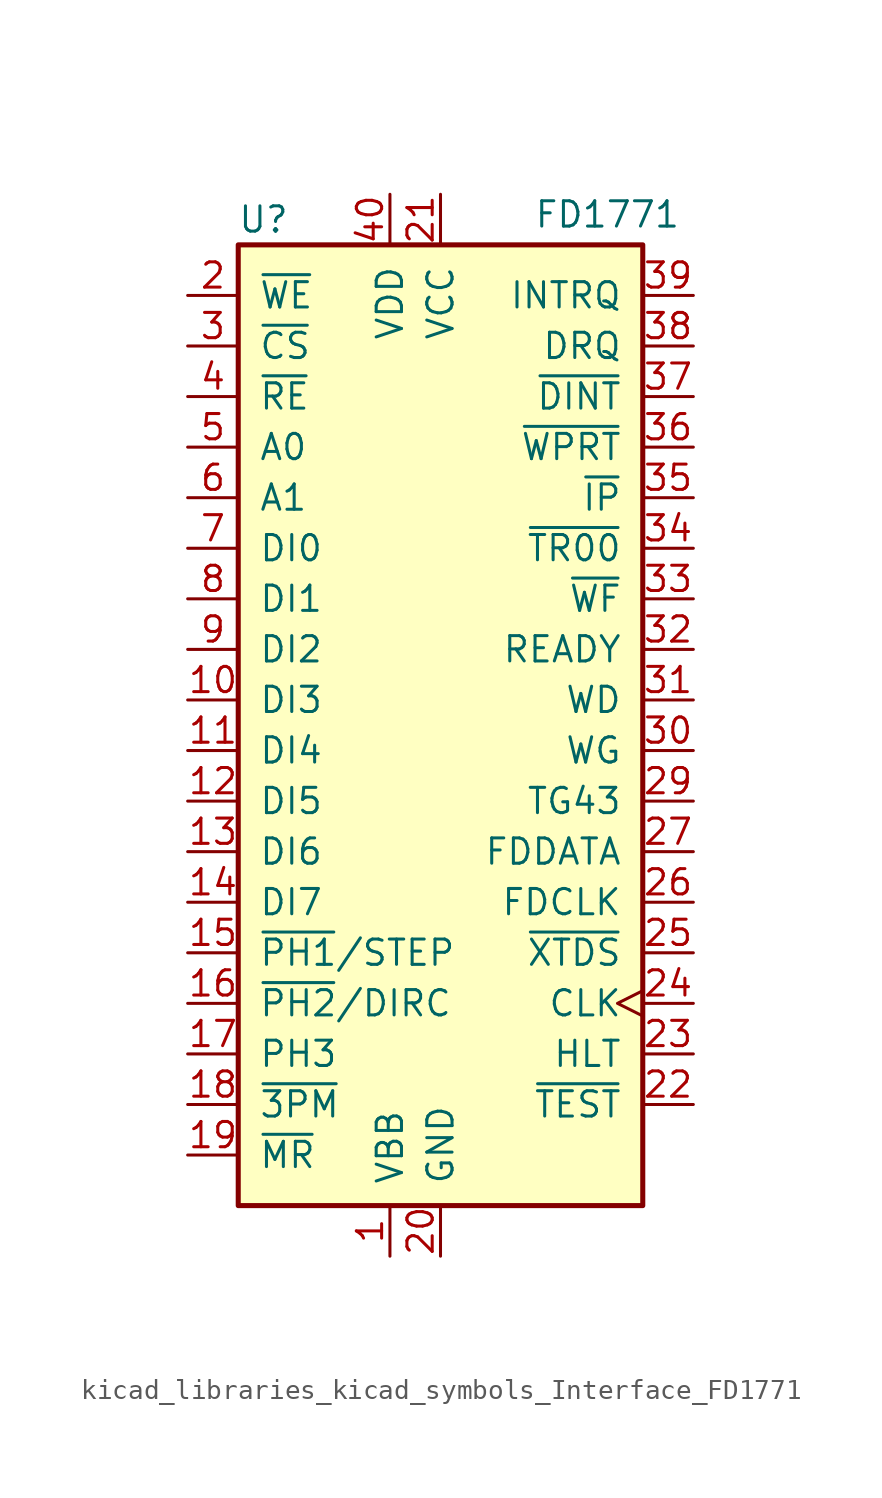
<source format=kicad_sym>
(kicad_symbol_lib
  (version 20220914)
  (generator kicad_symbol_editor)
  (symbol "kicad_libraries_kicad_symbols_Interface_FD1771"
    (pin_names
      (offset 1.016))
    (property "Reference" "U"
      (at -8.89 24.13 0)
      (effects (font (size 1.27 1.27))))
    (property "Value" "FD1771"
      (at 8.382 24.384 0)
      (effects (font (size 1.27 1.27))))
    (symbol "kicad_libraries_kicad_symbols_Interface_FD1771_0_1"
      (rectangle (start -10.16 22.86) (end 10.16 -25.4) (stroke (width 0.254) (type default)) (fill (type background))))
    (symbol "kicad_libraries_kicad_symbols_Interface_FD1771_1_1"
      (pin power_in line (at -2.54 -27.94 90) (length 2.54) (name "VBB" (effects (font (size 1.27 1.27)))) (number "1" (effects (font (size 1.27 1.27)))))
      (pin tri_state line (at -12.7 0 0) (length 2.54) (name "DI3" (effects (font (size 1.27 1.27)))) (number "10" (effects (font (size 1.27 1.27)))))
      (pin tri_state line (at -12.7 -2.54 0) (length 2.54) (name "DI4" (effects (font (size 1.27 1.27)))) (number "11" (effects (font (size 1.27 1.27)))))
      (pin tri_state line (at -12.7 -5.08 0) (length 2.54) (name "DI5" (effects (font (size 1.27 1.27)))) (number "12" (effects (font (size 1.27 1.27)))))
      (pin tri_state line (at -12.7 -7.62 0) (length 2.54) (name "DI6" (effects (font (size 1.27 1.27)))) (number "13" (effects (font (size 1.27 1.27)))))
      (pin tri_state line (at -12.7 -10.16 0) (length 2.54) (name "DI7" (effects (font (size 1.27 1.27)))) (number "14" (effects (font (size 1.27 1.27)))))
      (pin output line (at -12.7 -12.7 0) (length 2.54) (name "~{PH1}/STEP" (effects (font (size 1.27 1.27)))) (number "15" (effects (font (size 1.27 1.27)))))
      (pin output line (at -12.7 -15.24 0) (length 2.54) (name "~{PH2}/DIRC" (effects (font (size 1.27 1.27)))) (number "16" (effects (font (size 1.27 1.27)))))
      (pin output line (at -12.7 -17.78 0) (length 2.54) (name "PH3" (effects (font (size 1.27 1.27)))) (number "17" (effects (font (size 1.27 1.27)))))
      (pin input line (at -12.7 -20.32 0) (length 2.54) (name "~{3PM}" (effects (font (size 1.27 1.27)))) (number "18" (effects (font (size 1.27 1.27)))))
      (pin input line (at -12.7 -22.86 0) (length 2.54) (name "~{MR}" (effects (font (size 1.27 1.27)))) (number "19" (effects (font (size 1.27 1.27)))))
      (pin input line (at -12.7 20.32 0) (length 2.54) (name "~{WE}" (effects (font (size 1.27 1.27)))) (number "2" (effects (font (size 1.27 1.27)))))
      (pin power_in line (at 0 -27.94 90) (length 2.54) (name "GND" (effects (font (size 1.27 1.27)))) (number "20" (effects (font (size 1.27 1.27)))))
      (pin power_in line (at 0 25.4 270) (length 2.54) (name "VCC" (effects (font (size 1.27 1.27)))) (number "21" (effects (font (size 1.27 1.27)))))
      (pin input line (at 12.7 -20.32 180) (length 2.54) (name "~{TEST}" (effects (font (size 1.27 1.27)))) (number "22" (effects (font (size 1.27 1.27)))))
      (pin input line (at 12.7 -17.78 180) (length 2.54) (name "HLT" (effects (font (size 1.27 1.27)))) (number "23" (effects (font (size 1.27 1.27)))))
      (pin input clock (at 12.7 -15.24 180) (length 2.54) (name "CLK" (effects (font (size 1.27 1.27)))) (number "24" (effects (font (size 1.27 1.27)))))
      (pin input line (at 12.7 -12.7 180) (length 2.54) (name "~{XTDS}" (effects (font (size 1.27 1.27)))) (number "25" (effects (font (size 1.27 1.27)))))
      (pin input line (at 12.7 -10.16 180) (length 2.54) (name "FDCLK" (effects (font (size 1.27 1.27)))) (number "26" (effects (font (size 1.27 1.27)))))
      (pin input line (at 12.7 -7.62 180) (length 2.54) (name "FDDATA" (effects (font (size 1.27 1.27)))) (number "27" (effects (font (size 1.27 1.27)))))
      (pin output line (at 12.7 -5.08 180) (length 2.54) (name "TG43" (effects (font (size 1.27 1.27)))) (number "29" (effects (font (size 1.27 1.27)))))
      (pin input line (at -12.7 17.78 0) (length 2.54) (name "~{CS}" (effects (font (size 1.27 1.27)))) (number "3" (effects (font (size 1.27 1.27)))))
      (pin output line (at 12.7 -2.54 180) (length 2.54) (name "WG" (effects (font (size 1.27 1.27)))) (number "30" (effects (font (size 1.27 1.27)))))
      (pin output line (at 12.7 0 180) (length 2.54) (name "WD" (effects (font (size 1.27 1.27)))) (number "31" (effects (font (size 1.27 1.27)))))
      (pin input line (at 12.7 2.54 180) (length 2.54) (name "READY" (effects (font (size 1.27 1.27)))) (number "32" (effects (font (size 1.27 1.27)))))
      (pin input line (at 12.7 5.08 180) (length 2.54) (name "~{WF}" (effects (font (size 1.27 1.27)))) (number "33" (effects (font (size 1.27 1.27)))))
      (pin input line (at 12.7 7.62 180) (length 2.54) (name "~{TR00}" (effects (font (size 1.27 1.27)))) (number "34" (effects (font (size 1.27 1.27)))))
      (pin input line (at 12.7 10.16 180) (length 2.54) (name "~{IP}" (effects (font (size 1.27 1.27)))) (number "35" (effects (font (size 1.27 1.27)))))
      (pin input line (at 12.7 12.7 180) (length 2.54) (name "~{WPRT}" (effects (font (size 1.27 1.27)))) (number "36" (effects (font (size 1.27 1.27)))))
      (pin input line (at 12.7 15.24 180) (length 2.54) (name "~{DINT}" (effects (font (size 1.27 1.27)))) (number "37" (effects (font (size 1.27 1.27)))))
      (pin output line (at 12.7 17.78 180) (length 2.54) (name "DRQ" (effects (font (size 1.27 1.27)))) (number "38" (effects (font (size 1.27 1.27)))))
      (pin input line (at 12.7 20.32 180) (length 2.54) (name "INTRQ" (effects (font (size 1.27 1.27)))) (number "39" (effects (font (size 1.27 1.27)))))
      (pin input line (at -12.7 15.24 0) (length 2.54) (name "~{RE}" (effects (font (size 1.27 1.27)))) (number "4" (effects (font (size 1.27 1.27)))))
      (pin power_in line (at -2.54 25.4 270) (length 2.54) (name "VDD" (effects (font (size 1.27 1.27)))) (number "40" (effects (font (size 1.27 1.27)))))
      (pin input line (at -12.7 12.7 0) (length 2.54) (name "A0" (effects (font (size 1.27 1.27)))) (number "5" (effects (font (size 1.27 1.27)))))
      (pin input line (at -12.7 10.16 0) (length 2.54) (name "A1" (effects (font (size 1.27 1.27)))) (number "6" (effects (font (size 1.27 1.27)))))
      (pin tri_state line (at -12.7 7.62 0) (length 2.54) (name "DI0" (effects (font (size 1.27 1.27)))) (number "7" (effects (font (size 1.27 1.27)))))
      (pin tri_state line (at -12.7 5.08 0) (length 2.54) (name "DI1" (effects (font (size 1.27 1.27)))) (number "8" (effects (font (size 1.27 1.27)))))
      (pin tri_state line (at -12.7 2.54 0) (length 2.54) (name "DI2" (effects (font (size 1.27 1.27)))) (number "9" (effects (font (size 1.27 1.27))))))))
</source>
